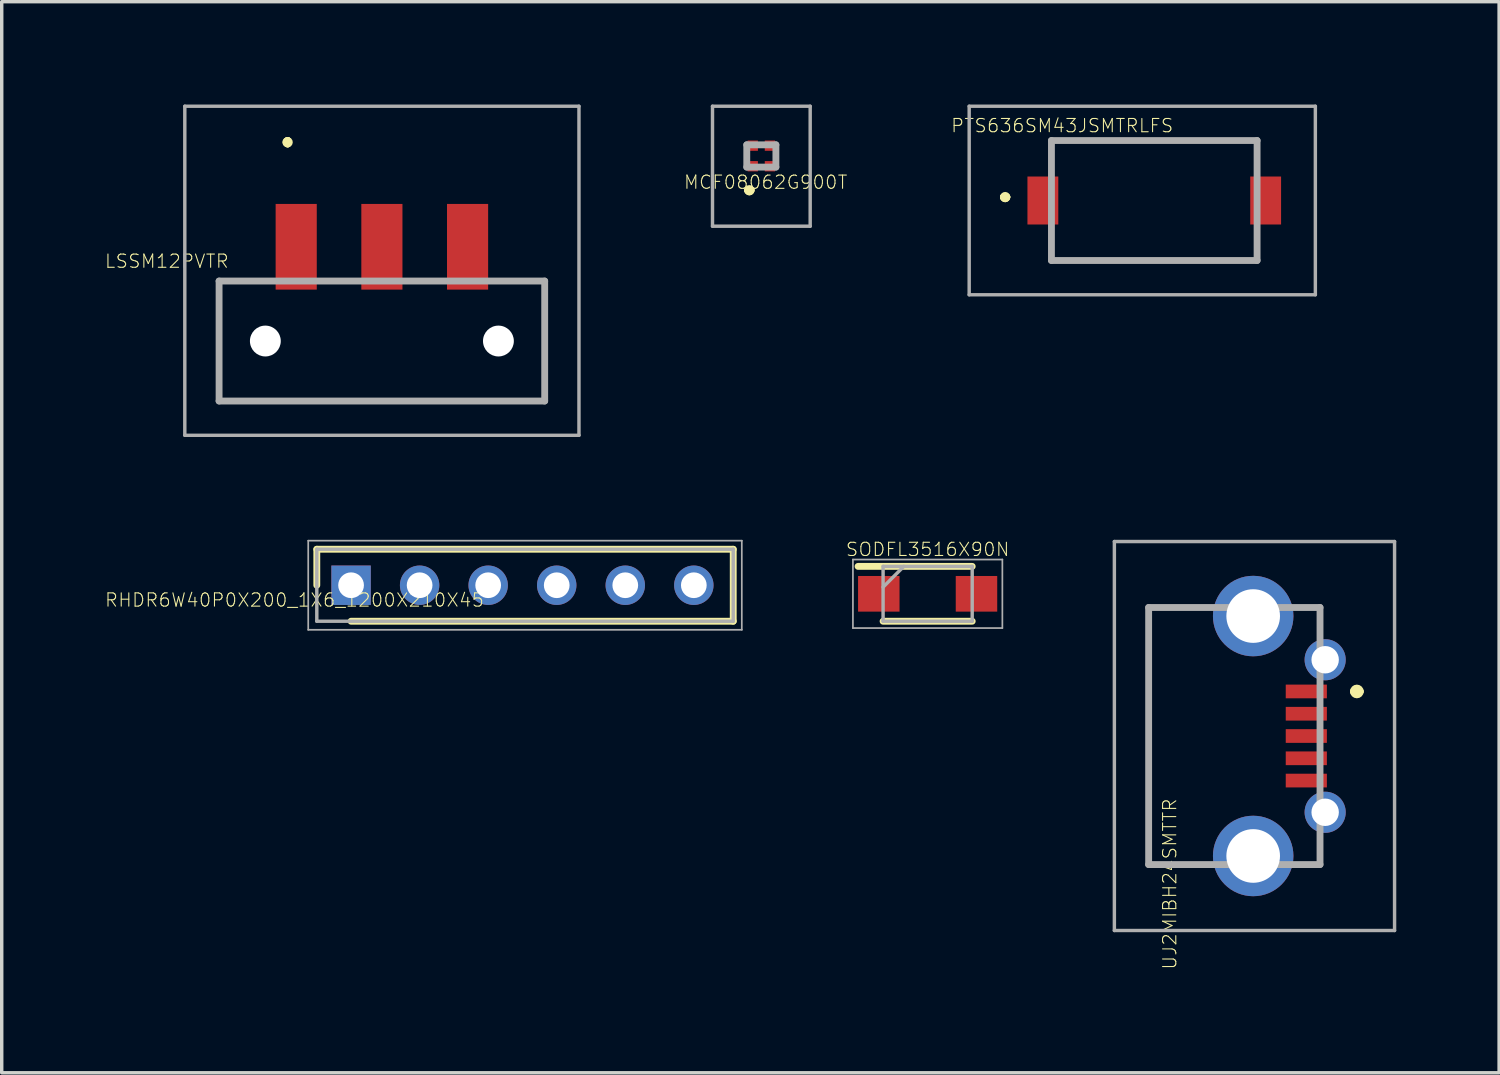
<source format=kicad_pcb>
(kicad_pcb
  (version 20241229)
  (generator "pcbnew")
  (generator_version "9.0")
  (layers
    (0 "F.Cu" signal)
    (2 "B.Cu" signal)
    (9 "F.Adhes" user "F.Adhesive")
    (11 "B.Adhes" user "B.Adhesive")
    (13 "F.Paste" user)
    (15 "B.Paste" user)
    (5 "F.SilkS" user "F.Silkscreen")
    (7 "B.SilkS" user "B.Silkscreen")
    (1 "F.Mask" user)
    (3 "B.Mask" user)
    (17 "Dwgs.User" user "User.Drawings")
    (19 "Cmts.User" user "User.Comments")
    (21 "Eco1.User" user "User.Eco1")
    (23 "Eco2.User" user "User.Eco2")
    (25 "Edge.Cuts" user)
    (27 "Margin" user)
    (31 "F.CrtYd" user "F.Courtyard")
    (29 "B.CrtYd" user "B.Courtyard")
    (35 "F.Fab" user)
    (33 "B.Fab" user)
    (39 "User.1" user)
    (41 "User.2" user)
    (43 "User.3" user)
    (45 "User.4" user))
  (footprint "UJ2MIBH24SMTTR"
    (layer "F.Cu")
    (at 33.038 18.424)
    (property "Reference" "UJ2MIBH24SMTTR" (at -1.96 4.318 90) (layer "F.SilkS") (effects (font (size 0.386 0.386) (thickness 0.031))))
    (attr through_hole)
    (fp_line (start -2.575 -3.75) (end -1.075 -3.75) (stroke (width 0.1) (type solid)) (layer "F.SilkS"))
    (fp_line (start -2.575 3.75) (end -2.575 -3.75) (stroke (width 0.1) (type solid)) (layer "F.SilkS"))
    (fp_line (start -1.575 3.75) (end -2.575 3.75) (stroke (width 0.1) (type solid)) (layer "F.SilkS"))
    (fp_line (start 2.025 -3.75) (end 2.425 -3.75) (stroke (width 0.1) (type solid)) (layer "F.SilkS"))
    (fp_line (start 2.025 3.75) (end 2.425 3.75) (stroke (width 0.1) (type solid)) (layer "F.SilkS"))
    (fp_line (start 2.425 -3.75) (end 2.425 -3.75) (stroke (width 0.1) (type solid)) (layer "F.SilkS"))
    (fp_line (start 2.425 3.75) (end 2.425 3.75) (stroke (width 0.1) (type solid)) (layer "F.SilkS"))
    (fp_line (start 3.4 -1.3) (end 3.4 -1.3) (stroke (width 0.2) (type solid)) (layer "F.SilkS"))
    (fp_line (start 3.6 -1.3) (end 3.6 -1.3) (stroke (width 0.2) (type solid)) (layer "F.SilkS"))
    (fp_arc (start 3.4 -1.3) (mid 3.5 -1.4) (end 3.6 -1.3) (stroke (width 0.2) (type solid)) (layer "F.SilkS"))
    (fp_arc (start 3.6 -1.3) (mid 3.5 -1.2) (end 3.4 -1.3) (stroke (width 0.2) (type solid)) (layer "F.SilkS"))
    (fp_line (start -3.575 -5.674) (end 4.6 -5.674) (stroke (width 0.1) (type solid)) (layer "F.Fab"))
    (fp_line (start -3.575 5.674) (end -3.575 -5.674) (stroke (width 0.1) (type solid)) (layer "F.Fab"))
    (fp_line (start -2.575 -3.75) (end 2.425 -3.75) (stroke (width 0.2) (type solid)) (layer "F.Fab"))
    (fp_line (start -2.575 3.75) (end -2.575 -3.75) (stroke (width 0.2) (type solid)) (layer "F.Fab"))
    (fp_line (start 2.425 -3.75) (end 2.425 3.75) (stroke (width 0.2) (type solid)) (layer "F.Fab"))
    (fp_line (start 2.425 3.75) (end -2.575 3.75) (stroke (width 0.2) (type solid)) (layer "F.Fab"))
    (fp_line (start 4.6 -5.674) (end 4.6 5.674) (stroke (width 0.1) (type solid)) (layer "F.Fab"))
    (fp_line (start 4.6 5.674) (end -3.575 5.674) (stroke (width 0.1) (type solid)) (layer "F.Fab"))
    (pad "1" smd rect (at 2.025 -1.3) (size 1.2 0.4) (layers "F.Cu" "F.Mask" "F.Paste"))
    (pad "2" smd rect (at 2.025 -0.65) (size 1.2 0.4) (layers "F.Cu" "F.Mask" "F.Paste"))
    (pad "3" smd rect (at 2.025 0) (size 1.2 0.4) (layers "F.Cu" "F.Mask" "F.Paste"))
    (pad "4" smd rect (at 2.025 0.65) (size 1.2 0.4) (layers "F.Cu" "F.Mask" "F.Paste"))
    (pad "5" smd rect (at 2.025 1.3) (size 1.2 0.4) (layers "F.Cu" "F.Mask" "F.Paste"))
    (pad "MH1" thru_hole circle (at 2.575 -2.225) (size 1.2 1.2) (drill 0.8) (layers "*.Cu" "*.Mask"))
    (pad "MH2" thru_hole circle (at 2.575 2.225) (size 1.2 1.2) (drill 0.8) (layers "*.Cu" "*.Mask"))
    (pad "MH3" thru_hole circle (at 0.475 3.5) (size 2.348 2.348) (drill 1.565) (layers "*.Cu" "*.Mask"))
    (pad "MH4" thru_hole circle (at 0.475 -3.5) (size 2.348 2.348) (drill 1.565) (layers "*.Cu" "*.Mask")))
  (footprint "RHDR6W40P0X200_1X6_1200X210X45"
    (layer "F.Cu")
    (at 7.193 14.025)
    (property "Reference" "RHDR6W40P0X200_1X6_1200X210X45" (at -1.651 0.432 180) (layer "F.SilkS") (effects (font (size 0.386 0.386) (thickness 0.031))))
    (attr through_hole)
    (fp_line (start -1 -1.05) (end -1 0) (stroke (width 0.2) (type solid)) (layer "F.SilkS"))
    (fp_line (start 0 1.05) (end 11.15 1.05) (stroke (width 0.2) (type solid)) (layer "F.SilkS"))
    (fp_line (start 11.15 -1.05) (end -1 -1.05) (stroke (width 0.2) (type solid)) (layer "F.SilkS"))
    (fp_line (start 11.15 1.05) (end 11.15 -1.05) (stroke (width 0.2) (type solid)) (layer "F.SilkS"))
    (fp_line (start -1.25 -1.3) (end 11.4 -1.3) (stroke (width 0.05) (type solid)) (layer "F.Fab"))
    (fp_line (start -1.25 1.3) (end -1.25 -1.3) (stroke (width 0.05) (type solid)) (layer "F.Fab"))
    (fp_line (start -1 -1.05) (end 11.15 -1.05) (stroke (width 0.1) (type solid)) (layer "F.Fab"))
    (fp_line (start -1 1.05) (end -1 -1.05) (stroke (width 0.1) (type solid)) (layer "F.Fab"))
    (fp_line (start 11.15 -1.05) (end 11.15 1.05) (stroke (width 0.1) (type solid)) (layer "F.Fab"))
    (fp_line (start 11.15 1.05) (end -1 1.05) (stroke (width 0.1) (type solid)) (layer "F.Fab"))
    (fp_line (start 11.4 -1.3) (end 11.4 1.3) (stroke (width 0.05) (type solid)) (layer "F.Fab"))
    (fp_line (start 11.4 1.3) (end -1.25 1.3) (stroke (width 0.05) (type solid)) (layer "F.Fab"))
    (pad "1" thru_hole rect (at 0 0) (size 1.15 1.15) (drill 0.75) (layers "*.Cu" "*.Mask"))
    (pad "2" thru_hole circle (at 2 0) (size 1.15 1.15) (drill 0.75) (layers "*.Cu" "*.Mask"))
    (pad "3" thru_hole circle (at 4 0) (size 1.15 1.15) (drill 0.75) (layers "*.Cu" "*.Mask"))
    (pad "4" thru_hole circle (at 6 0) (size 1.15 1.15) (drill 0.75) (layers "*.Cu" "*.Mask"))
    (pad "5" thru_hole circle (at 8 0) (size 1.15 1.15) (drill 0.75) (layers "*.Cu" "*.Mask"))
    (pad "6" thru_hole circle (at 10 0) (size 1.15 1.15) (drill 0.75) (layers "*.Cu" "*.Mask")))
  (footprint "MCF08062G900T"
    (layer "F.Cu")
    (at 19.163 1.5)
    (property "Reference" "MCF08062G900T" (at 0.127 0.767 180) (layer "F.SilkS") (effects (font (size 0.386 0.386) (thickness 0.031))))
    (attr through_hole)
    (fp_line (start -0.4 1) (end -0.4 1) (stroke (width 0.2) (type solid)) (layer "F.SilkS"))
    (fp_line (start -0.4 1) (end -0.4 1) (stroke (width 0.2) (type solid)) (layer "F.SilkS"))
    (fp_line (start -0.3 1) (end -0.3 1) (stroke (width 0.2) (type solid)) (layer "F.SilkS"))
    (fp_arc (start -0.4 1) (mid -0.35 0.95) (end -0.3 1) (stroke (width 0.2) (type solid)) (layer "F.SilkS"))
    (fp_arc (start -0.3 1) (mid -0.35 1.05) (end -0.4 1) (stroke (width 0.2) (type solid)) (layer "F.SilkS"))
    (fp_arc (start -0.3 1) (mid -0.35 1.05) (end -0.4 1) (stroke (width 0.2) (type solid)) (layer "F.SilkS"))
    (fp_line (start -1.425 -1.45) (end 1.425 -1.45) (stroke (width 0.1) (type solid)) (layer "F.Fab"))
    (fp_line (start -1.425 2.05) (end -1.425 -1.45) (stroke (width 0.1) (type solid)) (layer "F.Fab"))
    (fp_line (start -0.425 -0.325) (end -0.425 0.325) (stroke (width 0.2) (type solid)) (layer "F.Fab"))
    (fp_line (start -0.425 0.325) (end 0.425 0.325) (stroke (width 0.2) (type solid)) (layer "F.Fab"))
    (fp_line (start 0.425 -0.325) (end -0.425 -0.325) (stroke (width 0.2) (type solid)) (layer "F.Fab"))
    (fp_line (start 0.425 0.325) (end 0.425 -0.325) (stroke (width 0.2) (type solid)) (layer "F.Fab"))
    (fp_line (start 1.425 -1.45) (end 1.425 2.05) (stroke (width 0.1) (type solid)) (layer "F.Fab"))
    (fp_line (start 1.425 2.05) (end -1.425 2.05) (stroke (width 0.1) (type solid)) (layer "F.Fab"))
    (pad "1" smd rect (at -0.25 0.3) (size 0.3 0.3) (layers "F.Cu" "F.Mask" "F.Paste"))
    (pad "2" smd rect (at 0.25 0.3) (size 0.3 0.3) (layers "F.Cu" "F.Mask" "F.Paste"))
    (pad "3" smd rect (at 0.25 -0.3) (size 0.3 0.3) (layers "F.Cu" "F.Mask" "F.Paste"))
    (pad "4" smd rect (at -0.25 -0.3) (size 0.3 0.3) (layers "F.Cu" "F.Mask" "F.Paste")))
  (footprint "PTS636SM43JSMTRLFS"
    (layer "F.Cu")
    (at 30.627 2.8)
    (property "Reference" "PTS636SM43JSMTRLFS" (at -2.687 -2.184 0) (layer "F.SilkS") (effects (font (size 0.386 0.386) (thickness 0.031))))
    (attr through_hole)
    (fp_line (start -4.4 -0.1) (end -4.4 -0.1) (stroke (width 0.2) (type solid)) (layer "F.SilkS"))
    (fp_line (start -4.4 -0.1) (end -4.4 -0.1) (stroke (width 0.2) (type solid)) (layer "F.SilkS"))
    (fp_line (start -4.3 -0.1) (end -4.3 -0.1) (stroke (width 0.2) (type solid)) (layer "F.SilkS"))
    (fp_line (start -3 -1.75) (end -3 -1.75) (stroke (width 0.1) (type solid)) (layer "F.SilkS"))
    (fp_line (start -3 -1.75) (end -3 -1.75) (stroke (width 0.1) (type solid)) (layer "F.SilkS"))
    (fp_line (start -3 -1.75) (end -3 -1.25) (stroke (width 0.1) (type solid)) (layer "F.SilkS"))
    (fp_line (start -3 -1.75) (end 3 -1.75) (stroke (width 0.1) (type solid)) (layer "F.SilkS"))
    (fp_line (start -3 -1.25) (end -3 -1.75) (stroke (width 0.1) (type solid)) (layer "F.SilkS"))
    (fp_line (start -3 -1.25) (end -3 -1.25) (stroke (width 0.1) (type solid)) (layer "F.SilkS"))
    (fp_line (start -3 1.25) (end -3 1.25) (stroke (width 0.1) (type solid)) (layer "F.SilkS"))
    (fp_line (start -3 1.25) (end -3 1.75) (stroke (width 0.1) (type solid)) (layer "F.SilkS"))
    (fp_line (start -3 1.75) (end -3 1.25) (stroke (width 0.1) (type solid)) (layer "F.SilkS"))
    (fp_line (start -3 1.75) (end -3 1.75) (stroke (width 0.1) (type solid)) (layer "F.SilkS"))
    (fp_line (start -3 1.75) (end -3 1.75) (stroke (width 0.1) (type solid)) (layer "F.SilkS"))
    (fp_line (start -3 1.75) (end 3 1.75) (stroke (width 0.1) (type solid)) (layer "F.SilkS"))
    (fp_line (start 3 -1.75) (end -3 -1.75) (stroke (width 0.1) (type solid)) (layer "F.SilkS"))
    (fp_line (start 3 -1.75) (end 3 -1.75) (stroke (width 0.1) (type solid)) (layer "F.SilkS"))
    (fp_line (start 3 -1.75) (end 3 -1.75) (stroke (width 0.1) (type solid)) (layer "F.SilkS"))
    (fp_line (start 3 -1.75) (end 3 -1.25) (stroke (width 0.1) (type solid)) (layer "F.SilkS"))
    (fp_line (start 3 -1.25) (end 3 -1.75) (stroke (width 0.1) (type solid)) (layer "F.SilkS"))
    (fp_line (start 3 -1.25) (end 3 -1.25) (stroke (width 0.1) (type solid)) (layer "F.SilkS"))
    (fp_line (start 3 1.25) (end 3 1.25) (stroke (width 0.1) (type solid)) (layer "F.SilkS"))
    (fp_line (start 3 1.25) (end 3 1.75) (stroke (width 0.1) (type solid)) (layer "F.SilkS"))
    (fp_line (start 3 1.75) (end -3 1.75) (stroke (width 0.1) (type solid)) (layer "F.SilkS"))
    (fp_line (start 3 1.75) (end 3 1.25) (stroke (width 0.1) (type solid)) (layer "F.SilkS"))
    (fp_line (start 3 1.75) (end 3 1.75) (stroke (width 0.1) (type solid)) (layer "F.SilkS"))
    (fp_line (start 3 1.75) (end 3 1.75) (stroke (width 0.1) (type solid)) (layer "F.SilkS"))
    (fp_arc (start -4.4 -0.1) (mid -4.35 -0.15) (end -4.3 -0.1) (stroke (width 0.2) (type solid)) (layer "F.SilkS"))
    (fp_arc (start -4.3 -0.1) (mid -4.35 -0.05) (end -4.4 -0.1) (stroke (width 0.2) (type solid)) (layer "F.SilkS"))
    (fp_arc (start -4.3 -0.1) (mid -4.35 -0.05) (end -4.4 -0.1) (stroke (width 0.2) (type solid)) (layer "F.SilkS"))
    (fp_line (start -5.4 -2.75) (end 4.7 -2.75) (stroke (width 0.1) (type solid)) (layer "F.Fab"))
    (fp_line (start -5.4 2.75) (end -5.4 -2.75) (stroke (width 0.1) (type solid)) (layer "F.Fab"))
    (fp_line (start -3 -1.75) (end -3 1.75) (stroke (width 0.2) (type solid)) (layer "F.Fab"))
    (fp_line (start -3 1.75) (end 3 1.75) (stroke (width 0.2) (type solid)) (layer "F.Fab"))
    (fp_line (start 3 -1.75) (end -3 -1.75) (stroke (width 0.2) (type solid)) (layer "F.Fab"))
    (fp_line (start 3 1.75) (end 3 -1.75) (stroke (width 0.2) (type solid)) (layer "F.Fab"))
    (fp_line (start 4.7 -2.75) (end 4.7 2.75) (stroke (width 0.1) (type solid)) (layer "F.Fab"))
    (fp_line (start 4.7 2.75) (end -5.4 2.75) (stroke (width 0.1) (type solid)) (layer "F.Fab"))
    (pad "1" smd rect (at -3.25 0 90) (size 1.4 0.9) (layers "F.Cu" "F.Mask" "F.Paste"))
    (pad "2" smd rect (at 3.25 0 90) (size 1.4 0.9) (layers "F.Cu" "F.Mask" "F.Paste")))
  (footprint "SODFL3516X90N"
    (layer "F.Cu")
    (at 24.015 14.275)
    (property "Reference" "SODFL3516X90N" (at 0 -1.295 180) (layer "F.SilkS") (effects (font (size 0.386 0.386) (thickness 0.031))))
    (attr through_hole)
    (fp_line (start -2.03 -0.8) (end 1.3 -0.8) (stroke (width 0.2) (type solid)) (layer "F.SilkS"))
    (fp_line (start -1.3 0.8) (end 1.3 0.8) (stroke (width 0.2) (type solid)) (layer "F.SilkS"))
    (fp_line (start -2.18 -1) (end 2.18 -1) (stroke (width 0.05) (type solid)) (layer "F.Fab"))
    (fp_line (start -2.18 1) (end -2.18 -1) (stroke (width 0.05) (type solid)) (layer "F.Fab"))
    (fp_line (start -1.3 -0.8) (end 1.3 -0.8) (stroke (width 0.1) (type solid)) (layer "F.Fab"))
    (fp_line (start -1.3 -0.195) (end -0.695 -0.8) (stroke (width 0.1) (type solid)) (layer "F.Fab"))
    (fp_line (start -1.3 0.8) (end -1.3 -0.8) (stroke (width 0.1) (type solid)) (layer "F.Fab"))
    (fp_line (start 1.3 -0.8) (end 1.3 0.8) (stroke (width 0.1) (type solid)) (layer "F.Fab"))
    (fp_line (start 1.3 0.8) (end -1.3 0.8) (stroke (width 0.1) (type solid)) (layer "F.Fab"))
    (fp_line (start 2.18 -1) (end 2.18 1) (stroke (width 0.05) (type solid)) (layer "F.Fab"))
    (fp_line (start 2.18 1) (end -2.18 1) (stroke (width 0.05) (type solid)) (layer "F.Fab"))
    (pad "1" smd rect (at -1.425 0) (size 1.21 1.04) (layers "F.Cu" "F.Mask" "F.Paste"))
    (pad "2" smd rect (at 1.425 0) (size 1.21 1.04) (layers "F.Cu" "F.Mask" "F.Paste")))
  (footprint "LSSM12PVTR"
    (layer "F.Cu")
    (at 8.092 6.9)
    (property "Reference" "LSSM12PVTR" (at -6.274 -2.329 180) (layer "F.SilkS") (effects (font (size 0.386 0.386) (thickness 0.031))))
    (attr through_hole)
    (fp_line (start -4.75 -1.75) (end -4.75 -1.75) (stroke (width 0.1) (type solid)) (layer "F.SilkS"))
    (fp_line (start -4.75 -1.75) (end -4.75 -1.75) (stroke (width 0.1) (type solid)) (layer "F.SilkS"))
    (fp_line (start -4.75 -1.75) (end -4.75 1.75) (stroke (width 0.1) (type solid)) (layer "F.SilkS"))
    (fp_line (start -4.75 -1.75) (end -3.75 -1.75) (stroke (width 0.1) (type solid)) (layer "F.SilkS"))
    (fp_line (start -4.75 1.75) (end -4.75 -1.75) (stroke (width 0.1) (type solid)) (layer "F.SilkS"))
    (fp_line (start -4.75 1.75) (end -4.75 1.75) (stroke (width 0.1) (type solid)) (layer "F.SilkS"))
    (fp_line (start -4.75 1.75) (end -4.75 1.75) (stroke (width 0.1) (type solid)) (layer "F.SilkS"))
    (fp_line (start -4.75 1.75) (end 4.75 1.75) (stroke (width 0.1) (type solid)) (layer "F.SilkS"))
    (fp_line (start -3.75 -1.75) (end -4.75 -1.75) (stroke (width 0.1) (type solid)) (layer "F.SilkS"))
    (fp_line (start -3.75 -1.75) (end -3.75 -1.75) (stroke (width 0.1) (type solid)) (layer "F.SilkS"))
    (fp_line (start -2.75 -5.85) (end -2.75 -5.85) (stroke (width 0.2) (type solid)) (layer "F.SilkS"))
    (fp_line (start -2.75 -5.85) (end -2.75 -5.85) (stroke (width 0.2) (type solid)) (layer "F.SilkS"))
    (fp_line (start -2.75 -5.75) (end -2.75 -5.75) (stroke (width 0.2) (type solid)) (layer "F.SilkS"))
    (fp_line (start 3.75 -1.75) (end 3.75 -1.75) (stroke (width 0.1) (type solid)) (layer "F.SilkS"))
    (fp_line (start 3.75 -1.75) (end 4.75 -1.75) (stroke (width 0.1) (type solid)) (layer "F.SilkS"))
    (fp_line (start 4.75 -1.75) (end 3.75 -1.75) (stroke (width 0.1) (type solid)) (layer "F.SilkS"))
    (fp_line (start 4.75 -1.75) (end 4.75 -1.75) (stroke (width 0.1) (type solid)) (layer "F.SilkS"))
    (fp_line (start 4.75 -1.75) (end 4.75 -1.75) (stroke (width 0.1) (type solid)) (layer "F.SilkS"))
    (fp_line (start 4.75 -1.75) (end 4.75 1.75) (stroke (width 0.1) (type solid)) (layer "F.SilkS"))
    (fp_line (start 4.75 1.75) (end -4.75 1.75) (stroke (width 0.1) (type solid)) (layer "F.SilkS"))
    (fp_line (start 4.75 1.75) (end 4.75 -1.75) (stroke (width 0.1) (type solid)) (layer "F.SilkS"))
    (fp_line (start 4.75 1.75) (end 4.75 1.75) (stroke (width 0.1) (type solid)) (layer "F.SilkS"))
    (fp_line (start 4.75 1.75) (end 4.75 1.75) (stroke (width 0.1) (type solid)) (layer "F.SilkS"))
    (fp_arc (start -2.75 -5.85) (mid -2.7 -5.8) (end -2.75 -5.75) (stroke (width 0.2) (type solid)) (layer "F.SilkS"))
    (fp_arc (start -2.75 -5.75) (mid -2.8 -5.8) (end -2.75 -5.85) (stroke (width 0.2) (type solid)) (layer "F.SilkS"))
    (fp_arc (start -2.75 -5.75) (mid -2.8 -5.8) (end -2.75 -5.85) (stroke (width 0.2) (type solid)) (layer "F.SilkS"))
    (fp_line (start -5.75 -6.85) (end 5.75 -6.85) (stroke (width 0.1) (type solid)) (layer "F.Fab"))
    (fp_line (start -5.75 2.75) (end -5.75 -6.85) (stroke (width 0.1) (type solid)) (layer "F.Fab"))
    (fp_line (start -4.75 -1.75) (end -4.75 1.75) (stroke (width 0.2) (type solid)) (layer "F.Fab"))
    (fp_line (start -4.75 1.75) (end 4.75 1.75) (stroke (width 0.2) (type solid)) (layer "F.Fab"))
    (fp_line (start 4.75 -1.75) (end -4.75 -1.75) (stroke (width 0.2) (type solid)) (layer "F.Fab"))
    (fp_line (start 4.75 1.75) (end 4.75 -1.75) (stroke (width 0.2) (type solid)) (layer "F.Fab"))
    (fp_line (start 5.75 -6.85) (end 5.75 2.75) (stroke (width 0.1) (type solid)) (layer "F.Fab"))
    (fp_line (start 5.75 2.75) (end -5.75 2.75) (stroke (width 0.1) (type solid)) (layer "F.Fab"))
    (pad "" np_thru_hole circle (at -3.4 0) (size 0.9 0.9) (drill 0.9) (layers "*.Cu" "*.Mask"))
    (pad "" np_thru_hole circle (at 3.4 0) (size 0.9 0.9) (drill 0.9) (layers "*.Cu" "*.Mask"))
    (pad "A1" smd rect (at -2.5 -2.75 90) (size 2.5 1.2) (layers "F.Cu" "F.Mask" "F.Paste"))
    (pad "B1" smd rect (at 0 -2.75 90) (size 2.5 1.2) (layers "F.Cu" "F.Mask" "F.Paste"))
    (pad "C1" smd rect (at 2.5 -2.75 90) (size 2.5 1.2) (layers "F.Cu" "F.Mask" "F.Paste")))
  (gr_rect
    (start -3 -3)
    (end 40.688 28.25)
    (stroke (width 0.1) (type default))
    (fill no)
    (layer "Edge.Cuts")))
</source>
